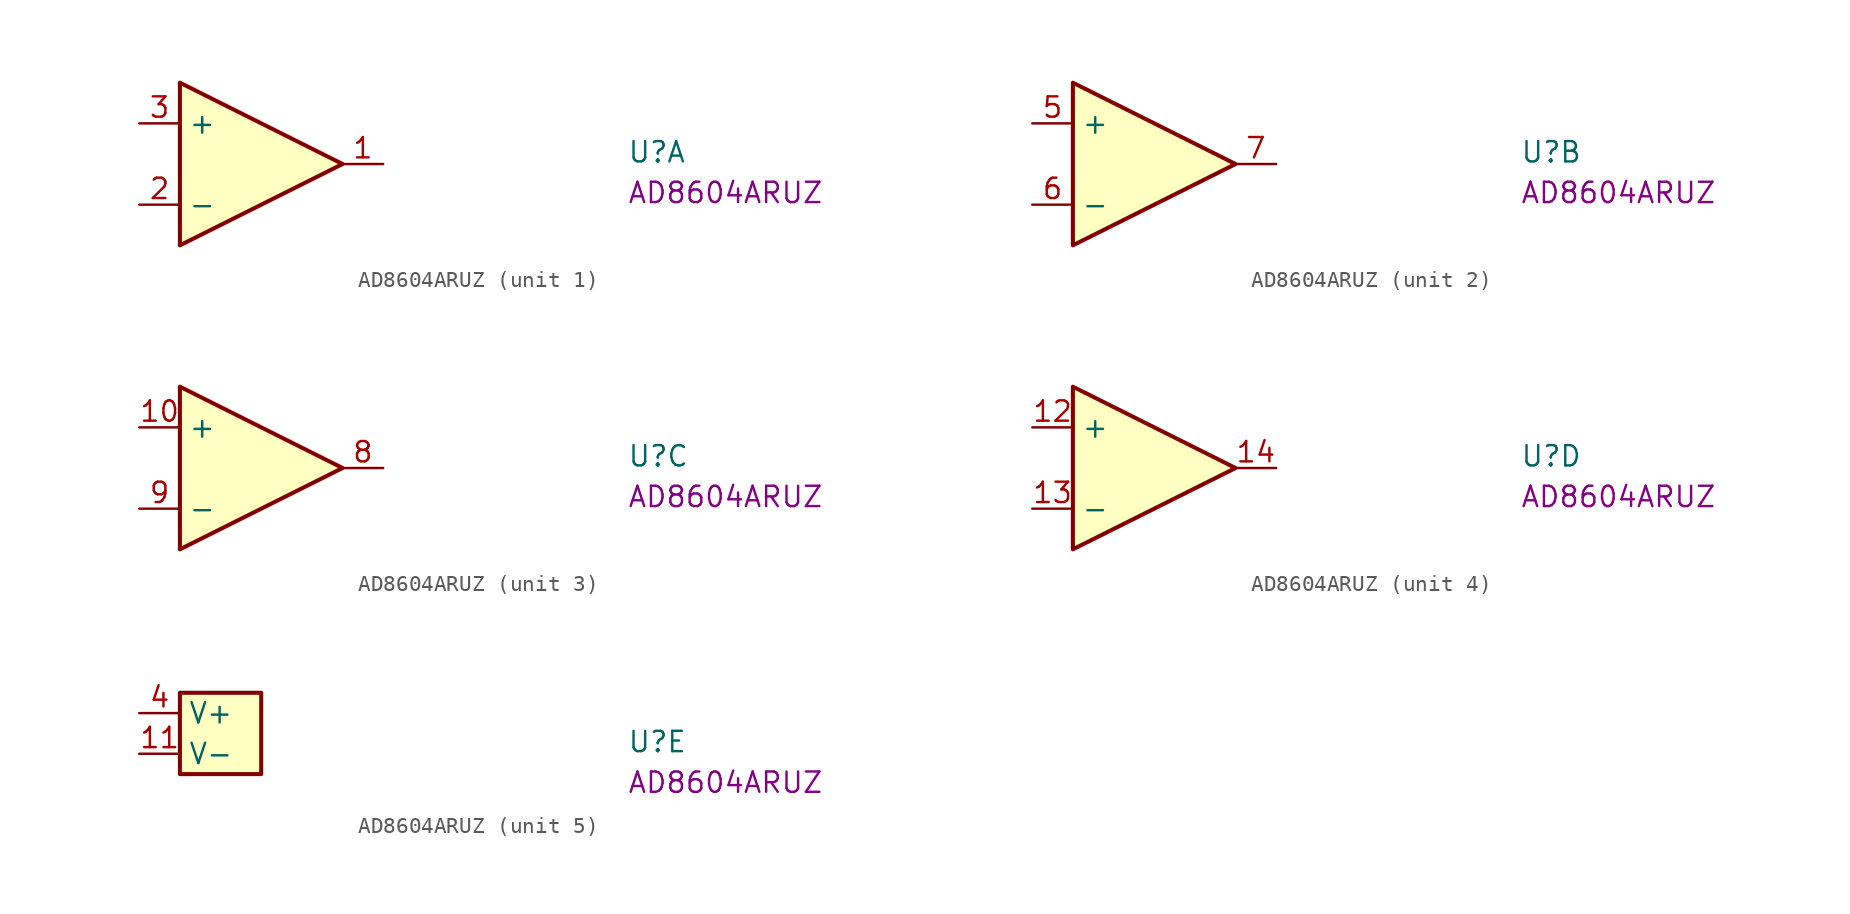
<source format=kicad_sym>
(kicad_symbol_lib
  (version 20220914)
  (generator kicad_symbol_editor)
  (symbol "AD8604ARUZ"
    (property "Reference" "U"
      (at 30.48 -2.54 0)
      (effects (font (size 1.27 1.27) (thickness 0.15)) (justify left bottom)))
    (property "MPN" "AD8604ARUZ"
      (at 30.48 -5.08 0)
      (effects (font (size 1.27 1.27) (thickness 0.15)) (justify left bottom)))
    (property "ki_locked" ""
      (at 0 0 0)
      (effects (font (size 1.27 1.27))))
    (symbol "AD8604ARUZ_1_1"
      (polyline (pts (xy 2.54 2.54) (xy 12.7 -2.54) (xy 2.54 -7.62) (xy 2.54 2.54)) (stroke (width 0.254) (type default)) (fill (type background)))
      (pin output line (at 15.24 -2.54 180) (length 2.54) (name "~" (effects (font (size 1.27 1.27)))) (number "1" (effects (font (size 1.27 1.27)))))
      (pin input line (at 0 -5.08 0) (length 2.54) (name "-" (effects (font (size 1.27 1.27)))) (number "2" (effects (font (size 1.27 1.27)))))
      (pin input line (at 0 0 0) (length 2.54) (name "+" (effects (font (size 1.27 1.27)))) (number "3" (effects (font (size 1.27 1.27))))))
    (symbol "AD8604ARUZ_2_1"
      (polyline (pts (xy 2.54 2.54) (xy 12.7 -2.54) (xy 2.54 -7.62) (xy 2.54 2.54)) (stroke (width 0.254) (type default)) (fill (type background)))
      (pin input line (at 0 0 0) (length 2.54) (name "+" (effects (font (size 1.27 1.27)))) (number "5" (effects (font (size 1.27 1.27)))))
      (pin input line (at 0 -5.08 0) (length 2.54) (name "-" (effects (font (size 1.27 1.27)))) (number "6" (effects (font (size 1.27 1.27)))))
      (pin output line (at 15.24 -2.54 180) (length 2.54) (name "~" (effects (font (size 1.27 1.27)))) (number "7" (effects (font (size 1.27 1.27))))))
    (symbol "AD8604ARUZ_3_1"
      (polyline (pts (xy 2.54 2.54) (xy 12.7 -2.54) (xy 2.54 -7.62) (xy 2.54 2.54)) (stroke (width 0.254) (type default)) (fill (type background)))
      (pin input line (at 0 0 0) (length 2.54) (name "+" (effects (font (size 1.27 1.27)))) (number "10" (effects (font (size 1.27 1.27)))))
      (pin output line (at 15.24 -2.54 180) (length 2.54) (name "~" (effects (font (size 1.27 1.27)))) (number "8" (effects (font (size 1.27 1.27)))))
      (pin input line (at 0 -5.08 0) (length 2.54) (name "-" (effects (font (size 1.27 1.27)))) (number "9" (effects (font (size 1.27 1.27))))))
    (symbol "AD8604ARUZ_4_1"
      (polyline (pts (xy 2.54 2.54) (xy 12.7 -2.54) (xy 2.54 -7.62) (xy 2.54 2.54)) (stroke (width 0.254) (type default)) (fill (type background)))
      (pin input line (at 0 0 0) (length 2.54) (name "+" (effects (font (size 1.27 1.27)))) (number "12" (effects (font (size 1.27 1.27)))))
      (pin input line (at 0 -5.08 0) (length 2.54) (name "-" (effects (font (size 1.27 1.27)))) (number "13" (effects (font (size 1.27 1.27)))))
      (pin output line (at 15.24 -2.54 180) (length 2.54) (name "~" (effects (font (size 1.27 1.27)))) (number "14" (effects (font (size 1.27 1.27))))))
    (symbol "AD8604ARUZ_5_1"
      (rectangle (start 2.54 1.27) (end 7.62 -3.81) (stroke (width 0.254) (type default)) (fill (type background)))
      (pin power_in line (at 0 -2.54 0) (length 2.54) (name "V-" (effects (font (size 1.27 1.27)))) (number "11" (effects (font (size 1.27 1.27)))))
      (pin power_in line (at 0 0 0) (length 2.54) (name "V+" (effects (font (size 1.27 1.27)))) (number "4" (effects (font (size 1.27 1.27))))))))
</source>
